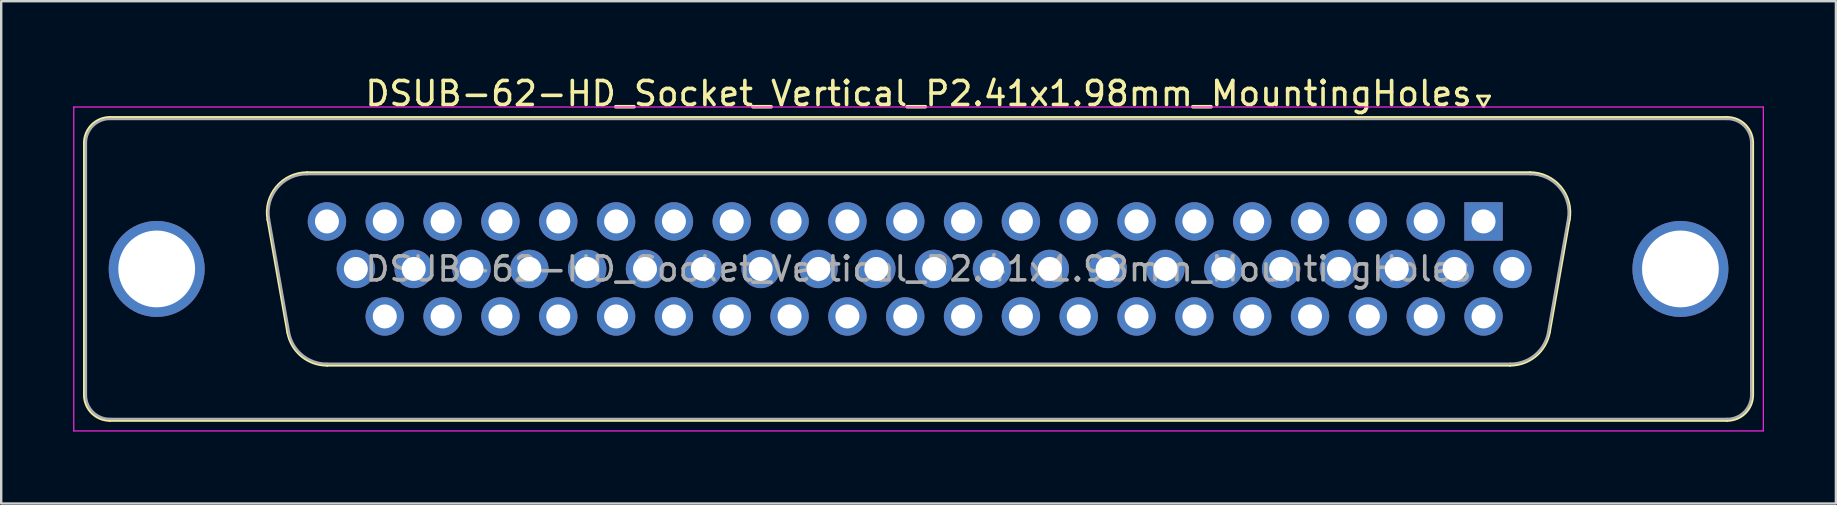
<source format=kicad_pcb>
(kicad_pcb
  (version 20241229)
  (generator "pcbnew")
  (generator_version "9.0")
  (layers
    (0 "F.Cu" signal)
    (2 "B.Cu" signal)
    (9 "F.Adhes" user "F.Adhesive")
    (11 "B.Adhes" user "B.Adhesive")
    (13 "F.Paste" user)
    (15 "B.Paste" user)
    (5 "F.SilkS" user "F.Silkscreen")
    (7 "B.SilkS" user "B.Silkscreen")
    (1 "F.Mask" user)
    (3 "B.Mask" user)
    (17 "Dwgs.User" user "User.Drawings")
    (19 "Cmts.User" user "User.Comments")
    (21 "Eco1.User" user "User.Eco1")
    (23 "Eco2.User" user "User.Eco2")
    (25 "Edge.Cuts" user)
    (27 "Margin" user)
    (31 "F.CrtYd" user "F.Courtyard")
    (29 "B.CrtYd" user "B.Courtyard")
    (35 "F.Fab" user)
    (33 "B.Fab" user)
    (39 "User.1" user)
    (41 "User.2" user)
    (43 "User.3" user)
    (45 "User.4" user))
  (footprint "DSUB-62-HD_Socket_Vertical_P2.41x1.98mm_MountingHoles"
    (layer "F.Cu")
    (at 58.775 6.178)
    (property "Reference" "DSUB-62-HD_Socket_Vertical_P2.41x1.98mm_MountingHoles" (at -23.545 -5.33 0) (layer "F.SilkS") (effects (font (size 1 1) (thickness 0.15))))
    (attr through_hole)
    (fp_line (start -58.305 7.23) (end -58.305 -3.27) (stroke (width 0.12) (type solid)) (layer "F.SilkS"))
    (fp_line (start -57.245 -4.33) (end 10.155 -4.33) (stroke (width 0.12) (type solid)) (layer "F.SilkS"))
    (fp_line (start -50.661 -0.082) (end -49.833 4.618) (stroke (width 0.12) (type solid)) (layer "F.SilkS"))
    (fp_line (start -49.027 -2.03) (end 1.937 -2.03) (stroke (width 0.12) (type solid)) (layer "F.SilkS"))
    (fp_line (start -48.198 5.99) (end 1.108 5.99) (stroke (width 0.12) (type solid)) (layer "F.SilkS"))
    (fp_line (start -0.25 -5.224) (end 0.25 -5.224) (stroke (width 0.12) (type solid)) (layer "F.SilkS"))
    (fp_line (start 0 -4.791) (end -0.25 -5.224) (stroke (width 0.12) (type solid)) (layer "F.SilkS"))
    (fp_line (start 0.25 -5.224) (end 0 -4.791) (stroke (width 0.12) (type solid)) (layer "F.SilkS"))
    (fp_line (start 3.571 -0.082) (end 2.743 4.618) (stroke (width 0.12) (type solid)) (layer "F.SilkS"))
    (fp_line (start 10.155 8.29) (end -57.245 8.29) (stroke (width 0.12) (type solid)) (layer "F.SilkS"))
    (fp_line (start 11.215 -3.27) (end 11.215 7.23) (stroke (width 0.12) (type solid)) (layer "F.SilkS"))
    (fp_arc (start -58.305 -3.27) (mid -57.994533 -4.019533) (end -57.245 -4.33) (stroke (width 0.12) (type solid)) (layer "F.SilkS"))
    (fp_arc (start -57.245 8.29) (mid -57.994533 7.979533) (end -58.305 7.23) (stroke (width 0.12) (type solid)) (layer "F.SilkS"))
    (fp_arc (start -50.66147 -0.081744) (mid -50.298323 -1.437027) (end -49.026689 -2.03) (stroke (width 0.12) (type solid)) (layer "F.SilkS"))
    (fp_arc (start -48.197952 5.99) (mid -49.26498 5.601634) (end -49.832733 4.618256) (stroke (width 0.12) (type solid)) (layer "F.SilkS"))
    (fp_arc (start 1.936689 -2.03) (mid 3.208323 -1.437027) (end 3.57147 -0.081744) (stroke (width 0.12) (type solid)) (layer "F.SilkS"))
    (fp_arc (start 2.742733 4.618256) (mid 2.17498 5.601634) (end 1.107952 5.99) (stroke (width 0.12) (type solid)) (layer "F.SilkS"))
    (fp_arc (start 10.155 -4.33) (mid 10.904533 -4.019533) (end 11.215 -3.27) (stroke (width 0.12) (type solid)) (layer "F.SilkS"))
    (fp_arc (start 11.215 7.23) (mid 10.904533 7.979533) (end 10.155 8.29) (stroke (width 0.12) (type solid)) (layer "F.SilkS"))
    (fp_line (start -58.75 -4.77) (end -58.75 8.73) (stroke (width 0.05) (type solid)) (layer "F.CrtYd"))
    (fp_line (start -58.75 8.73) (end 11.66 8.73) (stroke (width 0.05) (type solid)) (layer "F.CrtYd"))
    (fp_line (start 11.66 -4.77) (end -58.75 -4.77) (stroke (width 0.05) (type solid)) (layer "F.CrtYd"))
    (fp_line (start 11.66 8.73) (end 11.66 -4.77) (stroke (width 0.05) (type solid)) (layer "F.CrtYd"))
    (fp_line (start -58.245 7.23) (end -58.245 -3.27) (stroke (width 0.1) (type solid)) (layer "F.Fab"))
    (fp_line (start -57.245 -4.27) (end 10.155 -4.27) (stroke (width 0.1) (type solid)) (layer "F.Fab"))
    (fp_line (start -50.614 -0.092) (end -49.785 4.608) (stroke (width 0.1) (type solid)) (layer "F.Fab"))
    (fp_line (start -49.038 -1.97) (end 1.948 -1.97) (stroke (width 0.1) (type solid)) (layer "F.Fab"))
    (fp_line (start -48.209 5.93) (end 1.119 5.93) (stroke (width 0.1) (type solid)) (layer "F.Fab"))
    (fp_line (start 3.524 -0.092) (end 2.695 4.608) (stroke (width 0.1) (type solid)) (layer "F.Fab"))
    (fp_line (start 10.155 8.23) (end -57.245 8.23) (stroke (width 0.1) (type solid)) (layer "F.Fab"))
    (fp_line (start 11.155 -3.27) (end 11.155 7.23) (stroke (width 0.1) (type solid)) (layer "F.Fab"))
    (fp_arc (start -58.245 -3.27) (mid -57.952107 -3.977107) (end -57.245 -4.27) (stroke (width 0.1) (type solid)) (layer "F.Fab"))
    (fp_arc (start -57.245 8.23) (mid -57.952107 7.937107) (end -58.245 7.23) (stroke (width 0.1) (type solid)) (layer "F.Fab"))
    (fp_arc (start -50.613887 -0.092163) (mid -50.263865 -1.39846) (end -49.038194 -1.97) (stroke (width 0.1) (type solid)) (layer "F.Fab"))
    (fp_arc (start -48.209457 5.93) (mid -49.237918 5.555671) (end -49.78515 4.607837) (stroke (width 0.1) (type solid)) (layer "F.Fab"))
    (fp_arc (start 1.948194 -1.97) (mid 3.173865 -1.39846) (end 3.523887 -0.092163) (stroke (width 0.1) (type solid)) (layer "F.Fab"))
    (fp_arc (start 2.69515 4.607837) (mid 2.147918 5.555671) (end 1.119457 5.93) (stroke (width 0.1) (type solid)) (layer "F.Fab"))
    (fp_arc (start 10.155 -4.27) (mid 10.862107 -3.977107) (end 11.155 -3.27) (stroke (width 0.1) (type solid)) (layer "F.Fab"))
    (fp_arc (start 11.155 7.23) (mid 10.862107 7.937107) (end 10.155 8.23) (stroke (width 0.1) (type solid)) (layer "F.Fab"))
    (fp_text user "${REFERENCE}" (at -23.545 1.98 0) (layer "F.Fab") (effects (font (size 1 1) (thickness 0.15))))
    (pad "0" thru_hole circle (at -55.295 1.98) (size 4 4) (drill 3.2) (layers "*.Cu" "*.Mask"))
    (pad "0" thru_hole circle (at 8.205 1.98) (size 4 4) (drill 3.2) (layers "*.Cu" "*.Mask"))
    (pad "1" thru_hole rect (at 0 0) (size 1.6 1.6) (drill 1) (layers "*.Cu" "*.Mask"))
    (pad "2" thru_hole circle (at -2.41 0) (size 1.6 1.6) (drill 1) (layers "*.Cu" "*.Mask"))
    (pad "3" thru_hole circle (at -4.82 0) (size 1.6 1.6) (drill 1) (layers "*.Cu" "*.Mask"))
    (pad "4" thru_hole circle (at -7.23 0) (size 1.6 1.6) (drill 1) (layers "*.Cu" "*.Mask"))
    (pad "5" thru_hole circle (at -9.64 0) (size 1.6 1.6) (drill 1) (layers "*.Cu" "*.Mask"))
    (pad "6" thru_hole circle (at -12.05 0) (size 1.6 1.6) (drill 1) (layers "*.Cu" "*.Mask"))
    (pad "7" thru_hole circle (at -14.46 0) (size 1.6 1.6) (drill 1) (layers "*.Cu" "*.Mask"))
    (pad "8" thru_hole circle (at -16.87 0) (size 1.6 1.6) (drill 1) (layers "*.Cu" "*.Mask"))
    (pad "9" thru_hole circle (at -19.28 0) (size 1.6 1.6) (drill 1) (layers "*.Cu" "*.Mask"))
    (pad "10" thru_hole circle (at -21.69 0) (size 1.6 1.6) (drill 1) (layers "*.Cu" "*.Mask"))
    (pad "11" thru_hole circle (at -24.1 0) (size 1.6 1.6) (drill 1) (layers "*.Cu" "*.Mask"))
    (pad "12" thru_hole circle (at -26.51 0) (size 1.6 1.6) (drill 1) (layers "*.Cu" "*.Mask"))
    (pad "13" thru_hole circle (at -28.92 0) (size 1.6 1.6) (drill 1) (layers "*.Cu" "*.Mask"))
    (pad "14" thru_hole circle (at -31.33 0) (size 1.6 1.6) (drill 1) (layers "*.Cu" "*.Mask"))
    (pad "15" thru_hole circle (at -33.74 0) (size 1.6 1.6) (drill 1) (layers "*.Cu" "*.Mask"))
    (pad "16" thru_hole circle (at -36.15 0) (size 1.6 1.6) (drill 1) (layers "*.Cu" "*.Mask"))
    (pad "17" thru_hole circle (at -38.56 0) (size 1.6 1.6) (drill 1) (layers "*.Cu" "*.Mask"))
    (pad "18" thru_hole circle (at -40.97 0) (size 1.6 1.6) (drill 1) (layers "*.Cu" "*.Mask"))
    (pad "19" thru_hole circle (at -43.38 0) (size 1.6 1.6) (drill 1) (layers "*.Cu" "*.Mask"))
    (pad "20" thru_hole circle (at -45.79 0) (size 1.6 1.6) (drill 1) (layers "*.Cu" "*.Mask"))
    (pad "21" thru_hole circle (at -48.2 0) (size 1.6 1.6) (drill 1) (layers "*.Cu" "*.Mask"))
    (pad "22" thru_hole circle (at 1.205 1.98) (size 1.6 1.6) (drill 1) (layers "*.Cu" "*.Mask"))
    (pad "23" thru_hole circle (at -1.205 1.98) (size 1.6 1.6) (drill 1) (layers "*.Cu" "*.Mask"))
    (pad "24" thru_hole circle (at -3.615 1.98) (size 1.6 1.6) (drill 1) (layers "*.Cu" "*.Mask"))
    (pad "25" thru_hole circle (at -6.025 1.98) (size 1.6 1.6) (drill 1) (layers "*.Cu" "*.Mask"))
    (pad "26" thru_hole circle (at -8.435 1.98) (size 1.6 1.6) (drill 1) (layers "*.Cu" "*.Mask"))
    (pad "27" thru_hole circle (at -10.845 1.98) (size 1.6 1.6) (drill 1) (layers "*.Cu" "*.Mask"))
    (pad "28" thru_hole circle (at -13.255 1.98) (size 1.6 1.6) (drill 1) (layers "*.Cu" "*.Mask"))
    (pad "29" thru_hole circle (at -15.665 1.98) (size 1.6 1.6) (drill 1) (layers "*.Cu" "*.Mask"))
    (pad "30" thru_hole circle (at -18.075 1.98) (size 1.6 1.6) (drill 1) (layers "*.Cu" "*.Mask"))
    (pad "31" thru_hole circle (at -20.485 1.98) (size 1.6 1.6) (drill 1) (layers "*.Cu" "*.Mask"))
    (pad "32" thru_hole circle (at -22.895 1.98) (size 1.6 1.6) (drill 1) (layers "*.Cu" "*.Mask"))
    (pad "33" thru_hole circle (at -25.305 1.98) (size 1.6 1.6) (drill 1) (layers "*.Cu" "*.Mask"))
    (pad "34" thru_hole circle (at -27.715 1.98) (size 1.6 1.6) (drill 1) (layers "*.Cu" "*.Mask"))
    (pad "35" thru_hole circle (at -30.125 1.98) (size 1.6 1.6) (drill 1) (layers "*.Cu" "*.Mask"))
    (pad "36" thru_hole circle (at -32.535 1.98) (size 1.6 1.6) (drill 1) (layers "*.Cu" "*.Mask"))
    (pad "37" thru_hole circle (at -34.945 1.98) (size 1.6 1.6) (drill 1) (layers "*.Cu" "*.Mask"))
    (pad "38" thru_hole circle (at -37.355 1.98) (size 1.6 1.6) (drill 1) (layers "*.Cu" "*.Mask"))
    (pad "39" thru_hole circle (at -39.765 1.98) (size 1.6 1.6) (drill 1) (layers "*.Cu" "*.Mask"))
    (pad "40" thru_hole circle (at -42.175 1.98) (size 1.6 1.6) (drill 1) (layers "*.Cu" "*.Mask"))
    (pad "41" thru_hole circle (at -44.585 1.98) (size 1.6 1.6) (drill 1) (layers "*.Cu" "*.Mask"))
    (pad "42" thru_hole circle (at -46.995 1.98) (size 1.6 1.6) (drill 1) (layers "*.Cu" "*.Mask"))
    (pad "43" thru_hole circle (at 0 3.96) (size 1.6 1.6) (drill 1) (layers "*.Cu" "*.Mask"))
    (pad "44" thru_hole circle (at -2.41 3.96) (size 1.6 1.6) (drill 1) (layers "*.Cu" "*.Mask"))
    (pad "45" thru_hole circle (at -4.82 3.96) (size 1.6 1.6) (drill 1) (layers "*.Cu" "*.Mask"))
    (pad "46" thru_hole circle (at -7.23 3.96) (size 1.6 1.6) (drill 1) (layers "*.Cu" "*.Mask"))
    (pad "47" thru_hole circle (at -9.64 3.96) (size 1.6 1.6) (drill 1) (layers "*.Cu" "*.Mask"))
    (pad "48" thru_hole circle (at -12.05 3.96) (size 1.6 1.6) (drill 1) (layers "*.Cu" "*.Mask"))
    (pad "49" thru_hole circle (at -14.46 3.96) (size 1.6 1.6) (drill 1) (layers "*.Cu" "*.Mask"))
    (pad "50" thru_hole circle (at -16.87 3.96) (size 1.6 1.6) (drill 1) (layers "*.Cu" "*.Mask"))
    (pad "51" thru_hole circle (at -19.28 3.96) (size 1.6 1.6) (drill 1) (layers "*.Cu" "*.Mask"))
    (pad "52" thru_hole circle (at -21.69 3.96) (size 1.6 1.6) (drill 1) (layers "*.Cu" "*.Mask"))
    (pad "53" thru_hole circle (at -24.1 3.96) (size 1.6 1.6) (drill 1) (layers "*.Cu" "*.Mask"))
    (pad "54" thru_hole circle (at -26.51 3.96) (size 1.6 1.6) (drill 1) (layers "*.Cu" "*.Mask"))
    (pad "55" thru_hole circle (at -28.92 3.96) (size 1.6 1.6) (drill 1) (layers "*.Cu" "*.Mask"))
    (pad "56" thru_hole circle (at -31.33 3.96) (size 1.6 1.6) (drill 1) (layers "*.Cu" "*.Mask"))
    (pad "57" thru_hole circle (at -33.74 3.96) (size 1.6 1.6) (drill 1) (layers "*.Cu" "*.Mask"))
    (pad "58" thru_hole circle (at -36.15 3.96) (size 1.6 1.6) (drill 1) (layers "*.Cu" "*.Mask"))
    (pad "59" thru_hole circle (at -38.56 3.96) (size 1.6 1.6) (drill 1) (layers "*.Cu" "*.Mask"))
    (pad "60" thru_hole circle (at -40.97 3.96) (size 1.6 1.6) (drill 1) (layers "*.Cu" "*.Mask"))
    (pad "61" thru_hole circle (at -43.38 3.96) (size 1.6 1.6) (drill 1) (layers "*.Cu" "*.Mask"))
    (pad "62" thru_hole circle (at -45.79 3.96) (size 1.6 1.6) (drill 1) (layers "*.Cu" "*.Mask")))
  (gr_rect
    (start -3 -3)
    (end 73.46 17.933)
    (stroke (width 0.1) (type default))
    (fill no)
    (layer "Edge.Cuts")))
</source>
